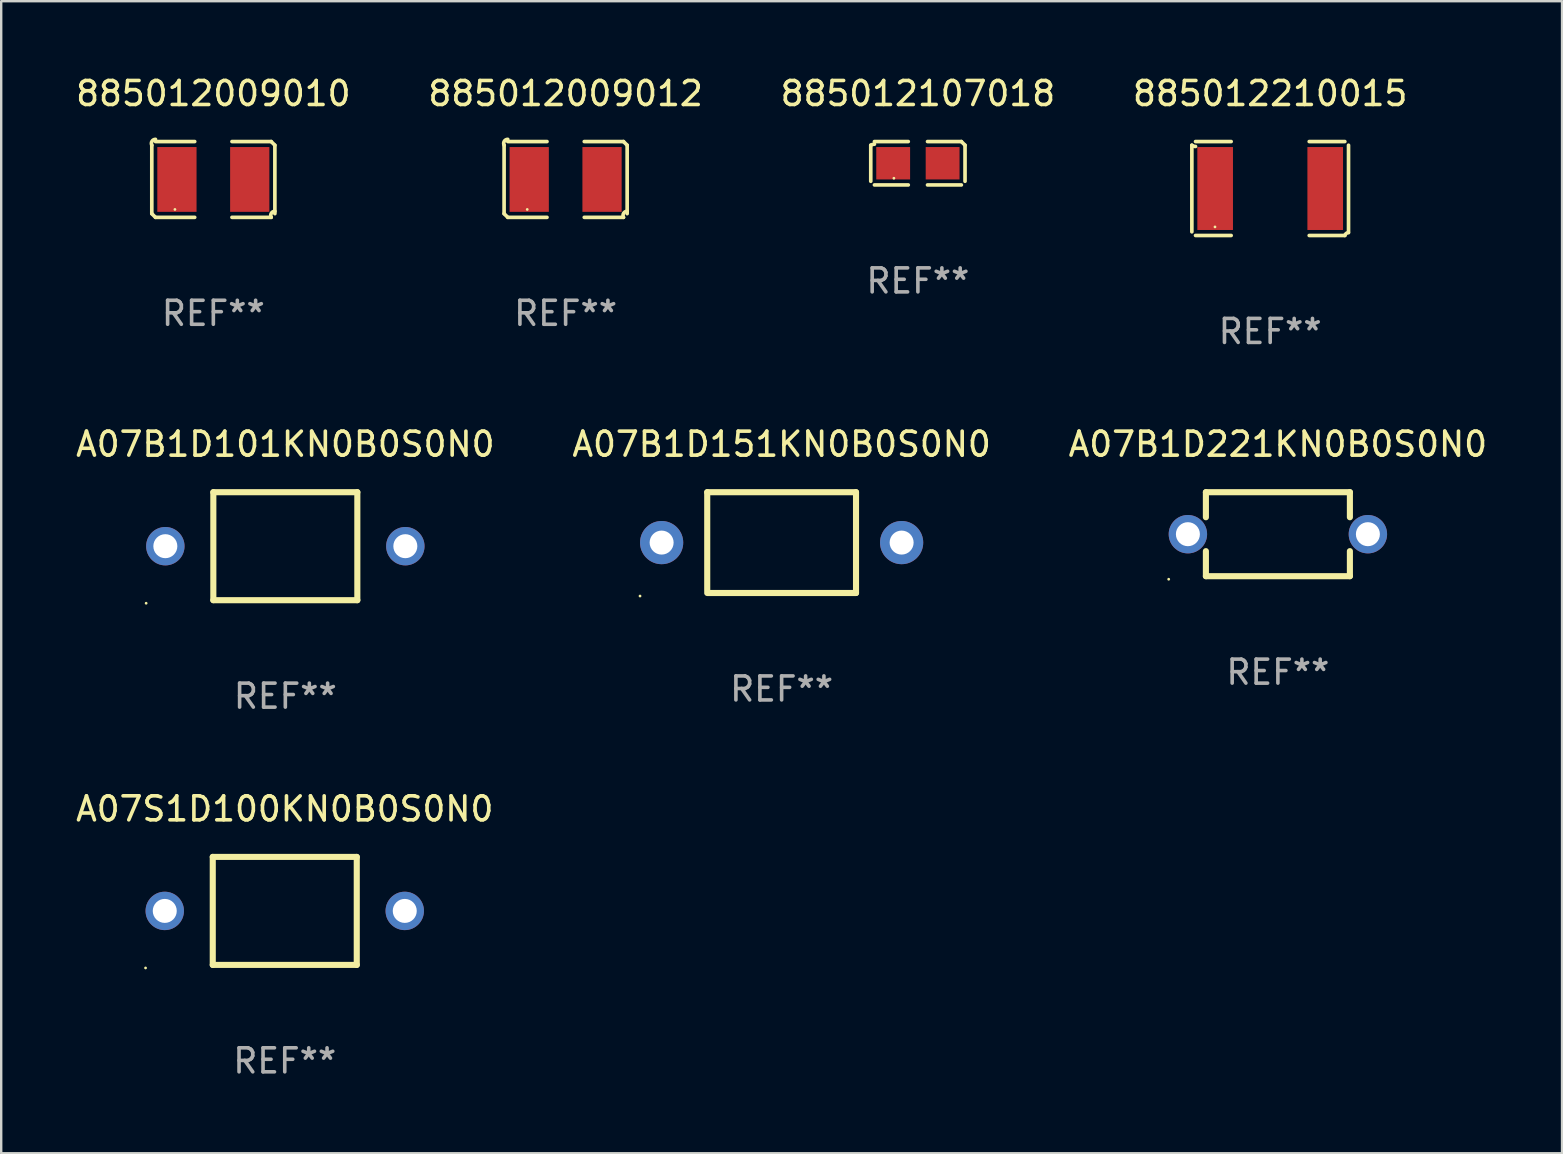
<source format=kicad_pcb>
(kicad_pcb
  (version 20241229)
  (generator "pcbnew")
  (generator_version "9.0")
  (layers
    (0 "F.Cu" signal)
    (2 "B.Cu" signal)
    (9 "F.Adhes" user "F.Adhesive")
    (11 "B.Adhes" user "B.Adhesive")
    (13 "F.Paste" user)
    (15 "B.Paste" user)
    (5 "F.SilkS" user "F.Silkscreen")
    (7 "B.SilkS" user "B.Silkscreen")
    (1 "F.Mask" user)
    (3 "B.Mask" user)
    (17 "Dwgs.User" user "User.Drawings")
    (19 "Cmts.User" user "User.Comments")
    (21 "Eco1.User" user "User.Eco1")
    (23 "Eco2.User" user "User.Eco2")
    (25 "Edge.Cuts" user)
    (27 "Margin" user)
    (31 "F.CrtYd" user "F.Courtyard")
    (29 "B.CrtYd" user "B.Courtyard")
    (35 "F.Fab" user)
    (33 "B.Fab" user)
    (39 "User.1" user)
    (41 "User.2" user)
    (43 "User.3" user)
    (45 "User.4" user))
  (footprint "885012009010"
    (layer "F.Cu")
    (at 5.839 4.427)
    (property "Reference" "885012009010" (at 0 -3.579 0) (layer "F.SilkS") (effects (font (size 1 1) (thickness 0.15))))
    (attr through_hole)
    (fp_line (start -2.564 1.426) (end -2.564 -1.426) (stroke (width 0.152) (type solid)) (layer "F.SilkS"))
    (fp_line (start -2.411 -1.579) (end -0.776 -1.579) (stroke (width 0.152) (type solid)) (layer "F.SilkS"))
    (fp_line (start -0.776 1.579) (end -2.411 1.579) (stroke (width 0.152) (type solid)) (layer "F.SilkS"))
    (fp_line (start 0.776 1.579) (end 2.411 1.579) (stroke (width 0.152) (type solid)) (layer "F.SilkS"))
    (fp_line (start 2.411 -1.579) (end 0.776 -1.579) (stroke (width 0.152) (type solid)) (layer "F.SilkS"))
    (fp_line (start 2.564 1.426) (end 2.564 -1.426) (stroke (width 0.152) (type solid)) (layer "F.SilkS"))
    (fp_arc (start -2.563602 -1.426213) (mid -2.555597 -1.591233) (end -2.411201 -1.671518) (stroke (width 0.1524) (type solid)) (layer "F.SilkS"))
    (fp_arc (start -2.5636 1.426214) (mid -2.487389 1.502402) (end -2.411201 1.578613) (stroke (width 0.1524) (type solid)) (layer "F.SilkS"))
    (fp_arc (start 2.411197 -1.578618) (mid 2.487403 -1.502419) (end 2.563602 -1.426213) (stroke (width 0.1524) (type solid)) (layer "F.SilkS"))
    (fp_arc (start 2.411201 1.578613) (mid 2.416214 1.409455) (end 2.563602 1.32629) (stroke (width 0.1524) (type solid)) (layer "F.SilkS"))
    (fp_circle (center -1.6 1.25) (end -1.57 1.25) (stroke (width 0.06) (type solid)) (fill no) (layer "F.SilkS"))
    (fp_text user "REF**" (at 0 5.579 0) (layer "F.Fab") (effects (font (size 1 1) (thickness 0.15))))
    (pad "1" smd rect (at -1.517 0) (size 1.635 2.7) (layers "F.Cu" "F.Mask" "F.Paste"))
    (pad "2" smd rect (at 1.517 0) (size 1.635 2.7) (layers "F.Cu" "F.Mask" "F.Paste")))
  (footprint "A07S1D100KN0B0S0N0"
    (layer "F.Cu")
    (at 8.815 34.905)
    (property "Reference" "A07S1D100KN0B0S0N0" (at 0 -4.25 0) (layer "F.SilkS") (effects (font (size 1 1) (thickness 0.15))))
    (attr through_hole)
    (fp_line (start -3 -2.25) (end 3 -2.25) (stroke (width 0.254) (type solid)) (layer "F.SilkS"))
    (fp_line (start -3 2.25) (end -3 -2.25) (stroke (width 0.254) (type solid)) (layer "F.SilkS"))
    (fp_line (start 3 -2.25) (end 3 2.25) (stroke (width 0.254) (type solid)) (layer "F.SilkS"))
    (fp_line (start 3 2.25) (end -3 2.25) (stroke (width 0.254) (type solid)) (layer "F.SilkS"))
    (fp_circle (center -5.8 2.377) (end -5.77 2.377) (stroke (width 0.06) (type solid)) (fill no) (layer "F.SilkS"))
    (fp_text user "REF**" (at 0 6.25 0) (layer "F.Fab") (effects (font (size 1 1) (thickness 0.15))))
    (pad "1" thru_hole circle (at -5 0) (size 1.6 1.6) (drill 1) (layers "*.Cu" "*.Mask"))
    (pad "2" thru_hole circle (at 5 0) (size 1.6 1.6) (drill 1) (layers "*.Cu" "*.Mask")))
  (footprint "A07B1D221KN0B0S0N0"
    (layer "F.Cu")
    (at 50.196 19.208)
    (property "Reference" "A07B1D221KN0B0S0N0" (at 0 -3.75 0) (layer "F.SilkS") (effects (font (size 1 1) (thickness 0.15))))
    (attr through_hole)
    (fp_line (start -3 -1.75) (end -3 -0.706) (stroke (width 0.254) (type solid)) (layer "F.SilkS"))
    (fp_line (start -3 -1.75) (end 3 -1.75) (stroke (width 0.254) (type solid)) (layer "F.SilkS"))
    (fp_line (start -3 0.706) (end -3 1.75) (stroke (width 0.254) (type solid)) (layer "F.SilkS"))
    (fp_line (start 3 -1.75) (end 3 -0.706) (stroke (width 0.254) (type solid)) (layer "F.SilkS"))
    (fp_line (start 3 0.706) (end 3 1.75) (stroke (width 0.254) (type solid)) (layer "F.SilkS"))
    (fp_line (start 3 1.75) (end -3 1.75) (stroke (width 0.254) (type solid)) (layer "F.SilkS"))
    (fp_circle (center -4.55 1.877) (end -4.52 1.877) (stroke (width 0.06) (type solid)) (fill no) (layer "F.SilkS"))
    (fp_text user "REF**" (at 0 5.75 0) (layer "F.Fab") (effects (font (size 1 1) (thickness 0.15))))
    (pad "1" thru_hole circle (at -3.75 -0.000025) (size 1.6 1.6) (drill 1) (layers "*.Cu" "*.Mask"))
    (pad "2" thru_hole circle (at 3.75 -0.000025) (size 1.6 1.6) (drill 1) (layers "*.Cu" "*.Mask")))
  (footprint "885012107018"
    (layer "F.Cu")
    (at 35.196 3.752)
    (property "Reference" "885012107018" (at 0 -2.904 0) (layer "F.SilkS") (effects (font (size 1 1) (thickness 0.15))))
    (attr through_hole)
    (fp_line (start -1.964 0.751) (end -1.964 -0.751) (stroke (width 0.152) (type solid)) (layer "F.SilkS"))
    (fp_line (start -1.811 -0.904) (end -0.401 -0.904) (stroke (width 0.152) (type solid)) (layer "F.SilkS"))
    (fp_line (start -0.401 0.904) (end -1.811 0.904) (stroke (width 0.152) (type solid)) (layer "F.SilkS"))
    (fp_line (start 0.401 0.904) (end 1.811 0.904) (stroke (width 0.152) (type solid)) (layer "F.SilkS"))
    (fp_line (start 1.811 -0.904) (end 0.401 -0.904) (stroke (width 0.152) (type solid)) (layer "F.SilkS"))
    (fp_line (start 1.964 0.751) (end 1.964 -0.751) (stroke (width 0.152) (type solid)) (layer "F.SilkS"))
    (fp_arc (start -1.963602 -0.751207) (mid -1.890354 -0.783131) (end -1.811201 -0.794044) (stroke (width 0.1524) (type solid)) (layer "F.SilkS"))
    (fp_arc (start 1.811202 -0.903607) (mid 1.887413 -0.827418) (end 1.963602 -0.751207) (stroke (width 0.1524) (type solid)) (layer "F.SilkS"))
    (fp_circle (center -1 0.625) (end -0.97 0.625) (stroke (width 0.06) (type solid)) (fill no) (layer "F.SilkS"))
    (fp_text user "REF**" (at 0 4.904 0) (layer "F.Fab") (effects (font (size 1 1) (thickness 0.15))))
    (pad "1" smd rect (at -1.03 0) (size 1.41 1.35) (layers "F.Cu" "F.Mask" "F.Paste"))
    (pad "2" smd rect (at 1.03 0) (size 1.41 1.35) (layers "F.Cu" "F.Mask" "F.Paste")))
  (footprint "885012210015"
    (layer "F.Cu")
    (at 49.875 4.805)
    (property "Reference" "885012210015" (at 0 -3.957 0) (layer "F.SilkS") (effects (font (size 1 1) (thickness 0.15))))
    (attr through_hole)
    (fp_line (start -3.264 1.804) (end -3.264 -1.804) (stroke (width 0.152) (type solid)) (layer "F.SilkS"))
    (fp_line (start -3.111 -1.957) (end -1.626 -1.957) (stroke (width 0.152) (type solid)) (layer "F.SilkS"))
    (fp_line (start -1.626 1.957) (end -3.111 1.957) (stroke (width 0.152) (type solid)) (layer "F.SilkS"))
    (fp_line (start 1.626 1.957) (end 3.111 1.957) (stroke (width 0.152) (type solid)) (layer "F.SilkS"))
    (fp_line (start 3.111 -1.957) (end 1.626 -1.957) (stroke (width 0.152) (type solid)) (layer "F.SilkS"))
    (fp_line (start 3.264 1.804) (end 3.264 -1.804) (stroke (width 0.152) (type solid)) (layer "F.SilkS"))
    (fp_arc (start -3.111202 -1.752192) (mid -3.191715 -1.76555) (end -3.263602 -1.804191) (stroke (width 0.1524) (type solid)) (layer "F.SilkS"))
    (fp_arc (start 3.111201 1.956591) (mid 3.167789 1.872777) (end 3.263602 1.840424) (stroke (width 0.1524) (type solid)) (layer "F.SilkS"))
    (fp_circle (center -2.3 1.6) (end -2.27 1.6) (stroke (width 0.06) (type solid)) (fill no) (layer "F.SilkS"))
    (fp_text user "REF**" (at 0 5.957 0) (layer "F.Fab") (effects (font (size 1 1) (thickness 0.15))))
    (pad "1" smd rect (at -2.293 0) (size 1.485 3.456) (layers "F.Cu" "F.Mask" "F.Paste"))
    (pad "2" smd rect (at 2.293 0) (size 1.485 3.456) (layers "F.Cu" "F.Mask" "F.Paste")))
  (footprint "885012009012"
    (layer "F.Cu")
    (at 20.518 4.427)
    (property "Reference" "885012009012" (at 0 -3.579 0) (layer "F.SilkS") (effects (font (size 1 1) (thickness 0.15))))
    (attr through_hole)
    (fp_line (start -2.564 1.426) (end -2.564 -1.426) (stroke (width 0.152) (type solid)) (layer "F.SilkS"))
    (fp_line (start -2.411 -1.579) (end -0.776 -1.579) (stroke (width 0.152) (type solid)) (layer "F.SilkS"))
    (fp_line (start -0.776 1.579) (end -2.411 1.579) (stroke (width 0.152) (type solid)) (layer "F.SilkS"))
    (fp_line (start 0.776 1.579) (end 2.411 1.579) (stroke (width 0.152) (type solid)) (layer "F.SilkS"))
    (fp_line (start 2.411 -1.579) (end 0.776 -1.579) (stroke (width 0.152) (type solid)) (layer "F.SilkS"))
    (fp_line (start 2.564 1.426) (end 2.564 -1.426) (stroke (width 0.152) (type solid)) (layer "F.SilkS"))
    (fp_arc (start -2.563602 -1.426213) (mid -2.555597 -1.591233) (end -2.411201 -1.671518) (stroke (width 0.1524) (type solid)) (layer "F.SilkS"))
    (fp_arc (start -2.5636 1.426214) (mid -2.487389 1.502402) (end -2.411201 1.578613) (stroke (width 0.1524) (type solid)) (layer "F.SilkS"))
    (fp_arc (start 2.411197 -1.578618) (mid 2.487403 -1.502419) (end 2.563602 -1.426213) (stroke (width 0.1524) (type solid)) (layer "F.SilkS"))
    (fp_arc (start 2.411201 1.578613) (mid 2.416214 1.409455) (end 2.563602 1.32629) (stroke (width 0.1524) (type solid)) (layer "F.SilkS"))
    (fp_circle (center -1.6 1.25) (end -1.57 1.25) (stroke (width 0.06) (type solid)) (fill no) (layer "F.SilkS"))
    (fp_text user "REF**" (at 0 5.579 0) (layer "F.Fab") (effects (font (size 1 1) (thickness 0.15))))
    (pad "1" smd rect (at -1.517 0) (size 1.635 2.7) (layers "F.Cu" "F.Mask" "F.Paste"))
    (pad "2" smd rect (at 1.517 0) (size 1.635 2.7) (layers "F.Cu" "F.Mask" "F.Paste")))
  (footprint "A07B1D101KN0B0S0N0"
    (layer "F.Cu")
    (at 8.839 19.708)
    (property "Reference" "A07B1D101KN0B0S0N0" (at 0 -4.25 0) (layer "F.SilkS") (effects (font (size 1 1) (thickness 0.15))))
    (attr through_hole)
    (fp_line (start -3 -2.25) (end 3 -2.25) (stroke (width 0.254) (type solid)) (layer "F.SilkS"))
    (fp_line (start -3 2.25) (end -3 -2.25) (stroke (width 0.254) (type solid)) (layer "F.SilkS"))
    (fp_line (start 3 -2.25) (end 3 2.25) (stroke (width 0.254) (type solid)) (layer "F.SilkS"))
    (fp_line (start 3 2.25) (end -3 2.25) (stroke (width 0.254) (type solid)) (layer "F.SilkS"))
    (fp_circle (center -5.8 2.377) (end -5.77 2.377) (stroke (width 0.06) (type solid)) (fill no) (layer "F.SilkS"))
    (fp_text user "REF**" (at 0 6.25 0) (layer "F.Fab") (effects (font (size 1 1) (thickness 0.15))))
    (pad "1" thru_hole circle (at -5 0) (size 1.6 1.6) (drill 1) (layers "*.Cu" "*.Mask"))
    (pad "2" thru_hole circle (at 5 0) (size 1.6 1.6) (drill 1) (layers "*.Cu" "*.Mask")))
  (footprint "A07B1D151KN0B0S0N0"
    (layer "F.Cu")
    (at 29.518 19.558)
    (property "Reference" "A07B1D151KN0B0S0N0" (at 0 -4.1 0) (layer "F.SilkS") (effects (font (size 1 1) (thickness 0.15))))
    (attr through_hole)
    (fp_line (start -3.1 -2.1) (end -3.1 2) (stroke (width 0.254) (type solid)) (layer "F.SilkS"))
    (fp_line (start -3.1 -2.1) (end 3.1 -2.1) (stroke (width 0.254) (type solid)) (layer "F.SilkS"))
    (fp_line (start -3.1 2.1) (end 3.1 2.1) (stroke (width 0.254) (type solid)) (layer "F.SilkS"))
    (fp_line (start 3.1 -2.1) (end 3.1 2.1) (stroke (width 0.254) (type solid)) (layer "F.SilkS"))
    (fp_circle (center -5.9 2.227) (end -5.87 2.227) (stroke (width 0.06) (type solid)) (fill no) (layer "F.SilkS"))
    (fp_text user "REF**" (at 0 6.1 0) (layer "F.Fab") (effects (font (size 1 1) (thickness 0.15))))
    (pad "1" thru_hole circle (at -5 0) (size 1.8 1.8) (drill 1) (layers "*.Cu" "*.Mask"))
    (pad "2" thru_hole circle (at 5 0) (size 1.8 1.8) (drill 1) (layers "*.Cu" "*.Mask")))
  (gr_rect
    (start -3 -3)
    (end 62.036 45.003)
    (stroke (width 0.1) (type default))
    (fill no)
    (layer "Edge.Cuts")))
</source>
